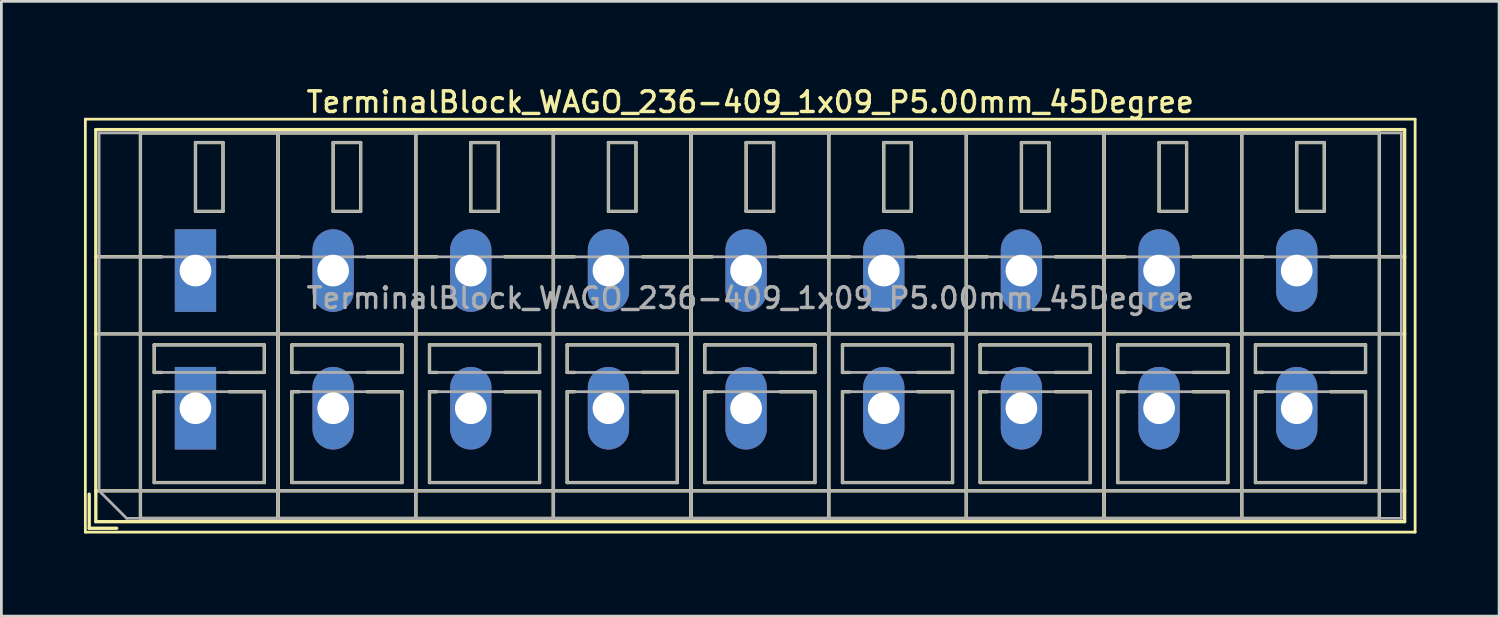
<source format=kicad_pcb>
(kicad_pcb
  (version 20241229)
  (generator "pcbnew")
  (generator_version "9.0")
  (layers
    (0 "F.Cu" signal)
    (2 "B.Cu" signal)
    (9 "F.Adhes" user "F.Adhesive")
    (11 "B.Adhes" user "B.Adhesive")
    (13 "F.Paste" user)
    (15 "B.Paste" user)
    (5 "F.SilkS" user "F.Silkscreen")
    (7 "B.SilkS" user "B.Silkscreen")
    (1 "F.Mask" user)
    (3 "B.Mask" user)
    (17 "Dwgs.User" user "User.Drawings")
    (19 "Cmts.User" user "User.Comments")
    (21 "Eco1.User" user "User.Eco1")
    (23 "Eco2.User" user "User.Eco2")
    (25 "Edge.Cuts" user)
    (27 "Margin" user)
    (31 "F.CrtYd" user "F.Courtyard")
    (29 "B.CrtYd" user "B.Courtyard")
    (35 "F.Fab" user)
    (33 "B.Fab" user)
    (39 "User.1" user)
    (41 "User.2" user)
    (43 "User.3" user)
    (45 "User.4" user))
  (footprint "TerminalBlock_WAGO_236-409_1x09_P5.00mm_45Degree"
    (layer "F.Cu")
    (at 4.05 6.778)
    (property "Reference" "TerminalBlock_WAGO_236-409_1x09_P5.00mm_45Degree" (at 20.15 -6.12 0) (layer "F.SilkS") (effects (font (size 0.75 0.75) (thickness 0.125))))
    (attr through_hole)
    (fp_line (start -4 -5.5) (end -4 9.5) (stroke (width 0.1) (type solid)) (layer "F.SilkS"))
    (fp_line (start -4 9.5) (end 44.3 9.5) (stroke (width 0.1) (type solid)) (layer "F.SilkS"))
    (fp_line (start -3.86 8.12) (end -3.86 9.36) (stroke (width 0.12) (type solid)) (layer "F.SilkS"))
    (fp_line (start -3.86 9.36) (end -2.86 9.36) (stroke (width 0.12) (type solid)) (layer "F.SilkS"))
    (fp_line (start -3.62 -5.12) (end -3.62 9.12) (stroke (width 0.12) (type solid)) (layer "F.SilkS"))
    (fp_line (start -3.62 -5.12) (end 43.92 -5.12) (stroke (width 0.12) (type solid)) (layer "F.SilkS"))
    (fp_line (start -3.62 -0.5) (end -1.23 -0.5) (stroke (width 0.12) (type solid)) (layer "F.SilkS"))
    (fp_line (start -3.62 2.3) (end 43.92 2.3) (stroke (width 0.12) (type solid)) (layer "F.SilkS"))
    (fp_line (start -3.62 8) (end 43.92 8) (stroke (width 0.12) (type solid)) (layer "F.SilkS"))
    (fp_line (start -3.62 9.12) (end 43.92 9.12) (stroke (width 0.12) (type solid)) (layer "F.SilkS"))
    (fp_line (start -2 -5) (end -2 9) (stroke (width 0.12) (type solid)) (layer "F.SilkS"))
    (fp_line (start -2 -5) (end 3 -5) (stroke (width 0.12) (type solid)) (layer "F.SilkS"))
    (fp_line (start -2 9) (end 3 9) (stroke (width 0.12) (type solid)) (layer "F.SilkS"))
    (fp_line (start -1.5 2.7) (end -1.5 3.7) (stroke (width 0.12) (type solid)) (layer "F.SilkS"))
    (fp_line (start -1.5 2.7) (end 2.5 2.7) (stroke (width 0.12) (type solid)) (layer "F.SilkS"))
    (fp_line (start -1.5 3.7) (end -1.23 3.7) (stroke (width 0.12) (type solid)) (layer "F.SilkS"))
    (fp_line (start -1.5 4.4) (end -1.5 7.7) (stroke (width 0.12) (type solid)) (layer "F.SilkS"))
    (fp_line (start -1.5 4.4) (end -1.23 4.4) (stroke (width 0.12) (type solid)) (layer "F.SilkS"))
    (fp_line (start -1.5 7.7) (end 2.5 7.7) (stroke (width 0.12) (type solid)) (layer "F.SilkS"))
    (fp_line (start 0 -4.65) (end 0 -2.151) (stroke (width 0.12) (type solid)) (layer "F.SilkS"))
    (fp_line (start 0 -4.65) (end 1 -4.65) (stroke (width 0.12) (type solid)) (layer "F.SilkS"))
    (fp_line (start 0 -2.151) (end 1 -2.151) (stroke (width 0.12) (type solid)) (layer "F.SilkS"))
    (fp_line (start 1 -4.65) (end 1 -2.151) (stroke (width 0.12) (type solid)) (layer "F.SilkS"))
    (fp_line (start 1.23 -0.5) (end 3.77 -0.5) (stroke (width 0.12) (type solid)) (layer "F.SilkS"))
    (fp_line (start 1.23 3.7) (end 2.5 3.7) (stroke (width 0.12) (type solid)) (layer "F.SilkS"))
    (fp_line (start 1.23 4.4) (end 2.5 4.4) (stroke (width 0.12) (type solid)) (layer "F.SilkS"))
    (fp_line (start 2.5 2.7) (end 2.5 3.7) (stroke (width 0.12) (type solid)) (layer "F.SilkS"))
    (fp_line (start 2.5 4.4) (end 2.5 7.7) (stroke (width 0.12) (type solid)) (layer "F.SilkS"))
    (fp_line (start 3 -5) (end 3 9) (stroke (width 0.12) (type solid)) (layer "F.SilkS"))
    (fp_line (start 3 -5) (end 3 9) (stroke (width 0.12) (type solid)) (layer "F.SilkS"))
    (fp_line (start 3 -5) (end 8 -5) (stroke (width 0.12) (type solid)) (layer "F.SilkS"))
    (fp_line (start 3 9) (end 8 9) (stroke (width 0.12) (type solid)) (layer "F.SilkS"))
    (fp_line (start 3.5 2.7) (end 3.5 3.7) (stroke (width 0.12) (type solid)) (layer "F.SilkS"))
    (fp_line (start 3.5 2.7) (end 7.5 2.7) (stroke (width 0.12) (type solid)) (layer "F.SilkS"))
    (fp_line (start 3.5 3.7) (end 3.77 3.7) (stroke (width 0.12) (type solid)) (layer "F.SilkS"))
    (fp_line (start 3.5 4.4) (end 3.5 7.7) (stroke (width 0.12) (type solid)) (layer "F.SilkS"))
    (fp_line (start 3.5 4.4) (end 3.77 4.4) (stroke (width 0.12) (type solid)) (layer "F.SilkS"))
    (fp_line (start 3.5 7.7) (end 7.5 7.7) (stroke (width 0.12) (type solid)) (layer "F.SilkS"))
    (fp_line (start 5 -4.65) (end 5 -2.151) (stroke (width 0.12) (type solid)) (layer "F.SilkS"))
    (fp_line (start 5 -4.65) (end 6 -4.65) (stroke (width 0.12) (type solid)) (layer "F.SilkS"))
    (fp_line (start 5 -2.151) (end 6 -2.151) (stroke (width 0.12) (type solid)) (layer "F.SilkS"))
    (fp_line (start 6 -4.65) (end 6 -2.151) (stroke (width 0.12) (type solid)) (layer "F.SilkS"))
    (fp_line (start 6.23 -0.5) (end 8.77 -0.5) (stroke (width 0.12) (type solid)) (layer "F.SilkS"))
    (fp_line (start 6.23 3.7) (end 7.5 3.7) (stroke (width 0.12) (type solid)) (layer "F.SilkS"))
    (fp_line (start 6.23 4.4) (end 7.5 4.4) (stroke (width 0.12) (type solid)) (layer "F.SilkS"))
    (fp_line (start 7.5 2.7) (end 7.5 3.7) (stroke (width 0.12) (type solid)) (layer "F.SilkS"))
    (fp_line (start 7.5 4.4) (end 7.5 7.7) (stroke (width 0.12) (type solid)) (layer "F.SilkS"))
    (fp_line (start 8 -5) (end 8 9) (stroke (width 0.12) (type solid)) (layer "F.SilkS"))
    (fp_line (start 8 -5) (end 8 9) (stroke (width 0.12) (type solid)) (layer "F.SilkS"))
    (fp_line (start 8 -5) (end 13 -5) (stroke (width 0.12) (type solid)) (layer "F.SilkS"))
    (fp_line (start 8 9) (end 13 9) (stroke (width 0.12) (type solid)) (layer "F.SilkS"))
    (fp_line (start 8.5 2.7) (end 8.5 3.7) (stroke (width 0.12) (type solid)) (layer "F.SilkS"))
    (fp_line (start 8.5 2.7) (end 12.5 2.7) (stroke (width 0.12) (type solid)) (layer "F.SilkS"))
    (fp_line (start 8.5 3.7) (end 8.77 3.7) (stroke (width 0.12) (type solid)) (layer "F.SilkS"))
    (fp_line (start 8.5 4.4) (end 8.5 7.7) (stroke (width 0.12) (type solid)) (layer "F.SilkS"))
    (fp_line (start 8.5 4.4) (end 8.77 4.4) (stroke (width 0.12) (type solid)) (layer "F.SilkS"))
    (fp_line (start 8.5 7.7) (end 12.5 7.7) (stroke (width 0.12) (type solid)) (layer "F.SilkS"))
    (fp_line (start 10 -4.65) (end 10 -2.151) (stroke (width 0.12) (type solid)) (layer "F.SilkS"))
    (fp_line (start 10 -4.65) (end 11 -4.65) (stroke (width 0.12) (type solid)) (layer "F.SilkS"))
    (fp_line (start 10 -2.151) (end 11 -2.151) (stroke (width 0.12) (type solid)) (layer "F.SilkS"))
    (fp_line (start 11 -4.65) (end 11 -2.151) (stroke (width 0.12) (type solid)) (layer "F.SilkS"))
    (fp_line (start 11.23 -0.5) (end 13.77 -0.5) (stroke (width 0.12) (type solid)) (layer "F.SilkS"))
    (fp_line (start 11.23 3.7) (end 12.5 3.7) (stroke (width 0.12) (type solid)) (layer "F.SilkS"))
    (fp_line (start 11.23 4.4) (end 12.5 4.4) (stroke (width 0.12) (type solid)) (layer "F.SilkS"))
    (fp_line (start 12.5 2.7) (end 12.5 3.7) (stroke (width 0.12) (type solid)) (layer "F.SilkS"))
    (fp_line (start 12.5 4.4) (end 12.5 7.7) (stroke (width 0.12) (type solid)) (layer "F.SilkS"))
    (fp_line (start 13 -5) (end 13 9) (stroke (width 0.12) (type solid)) (layer "F.SilkS"))
    (fp_line (start 13 -5) (end 13 9) (stroke (width 0.12) (type solid)) (layer "F.SilkS"))
    (fp_line (start 13 -5) (end 18 -5) (stroke (width 0.12) (type solid)) (layer "F.SilkS"))
    (fp_line (start 13 9) (end 18 9) (stroke (width 0.12) (type solid)) (layer "F.SilkS"))
    (fp_line (start 13.5 2.7) (end 13.5 3.7) (stroke (width 0.12) (type solid)) (layer "F.SilkS"))
    (fp_line (start 13.5 2.7) (end 17.5 2.7) (stroke (width 0.12) (type solid)) (layer "F.SilkS"))
    (fp_line (start 13.5 3.7) (end 13.77 3.7) (stroke (width 0.12) (type solid)) (layer "F.SilkS"))
    (fp_line (start 13.5 4.4) (end 13.5 7.7) (stroke (width 0.12) (type solid)) (layer "F.SilkS"))
    (fp_line (start 13.5 4.4) (end 13.77 4.4) (stroke (width 0.12) (type solid)) (layer "F.SilkS"))
    (fp_line (start 13.5 7.7) (end 17.5 7.7) (stroke (width 0.12) (type solid)) (layer "F.SilkS"))
    (fp_line (start 15 -4.65) (end 15 -2.151) (stroke (width 0.12) (type solid)) (layer "F.SilkS"))
    (fp_line (start 15 -4.65) (end 16 -4.65) (stroke (width 0.12) (type solid)) (layer "F.SilkS"))
    (fp_line (start 15 -2.151) (end 16 -2.151) (stroke (width 0.12) (type solid)) (layer "F.SilkS"))
    (fp_line (start 16 -4.65) (end 16 -2.151) (stroke (width 0.12) (type solid)) (layer "F.SilkS"))
    (fp_line (start 16.23 -0.5) (end 18.77 -0.5) (stroke (width 0.12) (type solid)) (layer "F.SilkS"))
    (fp_line (start 16.23 3.7) (end 17.5 3.7) (stroke (width 0.12) (type solid)) (layer "F.SilkS"))
    (fp_line (start 16.23 4.4) (end 17.5 4.4) (stroke (width 0.12) (type solid)) (layer "F.SilkS"))
    (fp_line (start 17.5 2.7) (end 17.5 3.7) (stroke (width 0.12) (type solid)) (layer "F.SilkS"))
    (fp_line (start 17.5 4.4) (end 17.5 7.7) (stroke (width 0.12) (type solid)) (layer "F.SilkS"))
    (fp_line (start 18 -5) (end 18 9) (stroke (width 0.12) (type solid)) (layer "F.SilkS"))
    (fp_line (start 18 -5) (end 18 9) (stroke (width 0.12) (type solid)) (layer "F.SilkS"))
    (fp_line (start 18 -5) (end 23 -5) (stroke (width 0.12) (type solid)) (layer "F.SilkS"))
    (fp_line (start 18 9) (end 23 9) (stroke (width 0.12) (type solid)) (layer "F.SilkS"))
    (fp_line (start 18.5 2.7) (end 18.5 3.7) (stroke (width 0.12) (type solid)) (layer "F.SilkS"))
    (fp_line (start 18.5 2.7) (end 22.5 2.7) (stroke (width 0.12) (type solid)) (layer "F.SilkS"))
    (fp_line (start 18.5 3.7) (end 18.77 3.7) (stroke (width 0.12) (type solid)) (layer "F.SilkS"))
    (fp_line (start 18.5 4.4) (end 18.5 7.7) (stroke (width 0.12) (type solid)) (layer "F.SilkS"))
    (fp_line (start 18.5 4.4) (end 18.77 4.4) (stroke (width 0.12) (type solid)) (layer "F.SilkS"))
    (fp_line (start 18.5 7.7) (end 22.5 7.7) (stroke (width 0.12) (type solid)) (layer "F.SilkS"))
    (fp_line (start 20 -4.65) (end 20 -2.151) (stroke (width 0.12) (type solid)) (layer "F.SilkS"))
    (fp_line (start 20 -4.65) (end 21 -4.65) (stroke (width 0.12) (type solid)) (layer "F.SilkS"))
    (fp_line (start 20 -2.151) (end 21 -2.151) (stroke (width 0.12) (type solid)) (layer "F.SilkS"))
    (fp_line (start 21 -4.65) (end 21 -2.151) (stroke (width 0.12) (type solid)) (layer "F.SilkS"))
    (fp_line (start 21.23 -0.5) (end 23.77 -0.5) (stroke (width 0.12) (type solid)) (layer "F.SilkS"))
    (fp_line (start 21.23 3.7) (end 22.5 3.7) (stroke (width 0.12) (type solid)) (layer "F.SilkS"))
    (fp_line (start 21.23 4.4) (end 22.5 4.4) (stroke (width 0.12) (type solid)) (layer "F.SilkS"))
    (fp_line (start 22.5 2.7) (end 22.5 3.7) (stroke (width 0.12) (type solid)) (layer "F.SilkS"))
    (fp_line (start 22.5 4.4) (end 22.5 7.7) (stroke (width 0.12) (type solid)) (layer "F.SilkS"))
    (fp_line (start 23 -5) (end 23 9) (stroke (width 0.12) (type solid)) (layer "F.SilkS"))
    (fp_line (start 23 -5) (end 23 9) (stroke (width 0.12) (type solid)) (layer "F.SilkS"))
    (fp_line (start 23 -5) (end 28 -5) (stroke (width 0.12) (type solid)) (layer "F.SilkS"))
    (fp_line (start 23 9) (end 28 9) (stroke (width 0.12) (type solid)) (layer "F.SilkS"))
    (fp_line (start 23.5 2.7) (end 23.5 3.7) (stroke (width 0.12) (type solid)) (layer "F.SilkS"))
    (fp_line (start 23.5 2.7) (end 27.5 2.7) (stroke (width 0.12) (type solid)) (layer "F.SilkS"))
    (fp_line (start 23.5 3.7) (end 23.77 3.7) (stroke (width 0.12) (type solid)) (layer "F.SilkS"))
    (fp_line (start 23.5 4.4) (end 23.5 7.7) (stroke (width 0.12) (type solid)) (layer "F.SilkS"))
    (fp_line (start 23.5 4.4) (end 23.77 4.4) (stroke (width 0.12) (type solid)) (layer "F.SilkS"))
    (fp_line (start 23.5 7.7) (end 27.5 7.7) (stroke (width 0.12) (type solid)) (layer "F.SilkS"))
    (fp_line (start 25 -4.65) (end 25 -2.151) (stroke (width 0.12) (type solid)) (layer "F.SilkS"))
    (fp_line (start 25 -4.65) (end 26 -4.65) (stroke (width 0.12) (type solid)) (layer "F.SilkS"))
    (fp_line (start 25 -2.151) (end 26 -2.151) (stroke (width 0.12) (type solid)) (layer "F.SilkS"))
    (fp_line (start 26 -4.65) (end 26 -2.151) (stroke (width 0.12) (type solid)) (layer "F.SilkS"))
    (fp_line (start 26.23 -0.5) (end 28.77 -0.5) (stroke (width 0.12) (type solid)) (layer "F.SilkS"))
    (fp_line (start 26.23 3.7) (end 27.5 3.7) (stroke (width 0.12) (type solid)) (layer "F.SilkS"))
    (fp_line (start 26.23 4.4) (end 27.5 4.4) (stroke (width 0.12) (type solid)) (layer "F.SilkS"))
    (fp_line (start 27.5 2.7) (end 27.5 3.7) (stroke (width 0.12) (type solid)) (layer "F.SilkS"))
    (fp_line (start 27.5 4.4) (end 27.5 7.7) (stroke (width 0.12) (type solid)) (layer "F.SilkS"))
    (fp_line (start 28 -5) (end 28 9) (stroke (width 0.12) (type solid)) (layer "F.SilkS"))
    (fp_line (start 28 -5) (end 28 9) (stroke (width 0.12) (type solid)) (layer "F.SilkS"))
    (fp_line (start 28 -5) (end 33 -5) (stroke (width 0.12) (type solid)) (layer "F.SilkS"))
    (fp_line (start 28 9) (end 33 9) (stroke (width 0.12) (type solid)) (layer "F.SilkS"))
    (fp_line (start 28.5 2.7) (end 28.5 3.7) (stroke (width 0.12) (type solid)) (layer "F.SilkS"))
    (fp_line (start 28.5 2.7) (end 32.5 2.7) (stroke (width 0.12) (type solid)) (layer "F.SilkS"))
    (fp_line (start 28.5 3.7) (end 28.77 3.7) (stroke (width 0.12) (type solid)) (layer "F.SilkS"))
    (fp_line (start 28.5 4.4) (end 28.5 7.7) (stroke (width 0.12) (type solid)) (layer "F.SilkS"))
    (fp_line (start 28.5 4.4) (end 28.77 4.4) (stroke (width 0.12) (type solid)) (layer "F.SilkS"))
    (fp_line (start 28.5 7.7) (end 32.5 7.7) (stroke (width 0.12) (type solid)) (layer "F.SilkS"))
    (fp_line (start 30 -4.65) (end 30 -2.151) (stroke (width 0.12) (type solid)) (layer "F.SilkS"))
    (fp_line (start 30 -4.65) (end 31 -4.65) (stroke (width 0.12) (type solid)) (layer "F.SilkS"))
    (fp_line (start 30 -2.151) (end 31 -2.151) (stroke (width 0.12) (type solid)) (layer "F.SilkS"))
    (fp_line (start 31 -4.65) (end 31 -2.151) (stroke (width 0.12) (type solid)) (layer "F.SilkS"))
    (fp_line (start 31.23 -0.5) (end 33.77 -0.5) (stroke (width 0.12) (type solid)) (layer "F.SilkS"))
    (fp_line (start 31.23 3.7) (end 32.5 3.7) (stroke (width 0.12) (type solid)) (layer "F.SilkS"))
    (fp_line (start 31.23 4.4) (end 32.5 4.4) (stroke (width 0.12) (type solid)) (layer "F.SilkS"))
    (fp_line (start 32.5 2.7) (end 32.5 3.7) (stroke (width 0.12) (type solid)) (layer "F.SilkS"))
    (fp_line (start 32.5 4.4) (end 32.5 7.7) (stroke (width 0.12) (type solid)) (layer "F.SilkS"))
    (fp_line (start 33 -5) (end 33 9) (stroke (width 0.12) (type solid)) (layer "F.SilkS"))
    (fp_line (start 33 -5) (end 33 9) (stroke (width 0.12) (type solid)) (layer "F.SilkS"))
    (fp_line (start 33 -5) (end 38 -5) (stroke (width 0.12) (type solid)) (layer "F.SilkS"))
    (fp_line (start 33 9) (end 38 9) (stroke (width 0.12) (type solid)) (layer "F.SilkS"))
    (fp_line (start 33.5 2.7) (end 33.5 3.7) (stroke (width 0.12) (type solid)) (layer "F.SilkS"))
    (fp_line (start 33.5 2.7) (end 37.5 2.7) (stroke (width 0.12) (type solid)) (layer "F.SilkS"))
    (fp_line (start 33.5 3.7) (end 33.77 3.7) (stroke (width 0.12) (type solid)) (layer "F.SilkS"))
    (fp_line (start 33.5 4.4) (end 33.5 7.7) (stroke (width 0.12) (type solid)) (layer "F.SilkS"))
    (fp_line (start 33.5 4.4) (end 33.77 4.4) (stroke (width 0.12) (type solid)) (layer "F.SilkS"))
    (fp_line (start 33.5 7.7) (end 37.5 7.7) (stroke (width 0.12) (type solid)) (layer "F.SilkS"))
    (fp_line (start 35 -4.65) (end 35 -2.151) (stroke (width 0.12) (type solid)) (layer "F.SilkS"))
    (fp_line (start 35 -4.65) (end 36 -4.65) (stroke (width 0.12) (type solid)) (layer "F.SilkS"))
    (fp_line (start 35 -2.151) (end 36 -2.151) (stroke (width 0.12) (type solid)) (layer "F.SilkS"))
    (fp_line (start 36 -4.65) (end 36 -2.151) (stroke (width 0.12) (type solid)) (layer "F.SilkS"))
    (fp_line (start 36.23 -0.5) (end 38.77 -0.5) (stroke (width 0.12) (type solid)) (layer "F.SilkS"))
    (fp_line (start 36.23 3.7) (end 37.5 3.7) (stroke (width 0.12) (type solid)) (layer "F.SilkS"))
    (fp_line (start 36.23 4.4) (end 37.5 4.4) (stroke (width 0.12) (type solid)) (layer "F.SilkS"))
    (fp_line (start 37.5 2.7) (end 37.5 3.7) (stroke (width 0.12) (type solid)) (layer "F.SilkS"))
    (fp_line (start 37.5 4.4) (end 37.5 7.7) (stroke (width 0.12) (type solid)) (layer "F.SilkS"))
    (fp_line (start 38 -5) (end 38 9) (stroke (width 0.12) (type solid)) (layer "F.SilkS"))
    (fp_line (start 38 -5) (end 38 9) (stroke (width 0.12) (type solid)) (layer "F.SilkS"))
    (fp_line (start 38 -5) (end 43 -5) (stroke (width 0.12) (type solid)) (layer "F.SilkS"))
    (fp_line (start 38 9) (end 43 9) (stroke (width 0.12) (type solid)) (layer "F.SilkS"))
    (fp_line (start 38.5 2.7) (end 38.5 3.7) (stroke (width 0.12) (type solid)) (layer "F.SilkS"))
    (fp_line (start 38.5 2.7) (end 42.5 2.7) (stroke (width 0.12) (type solid)) (layer "F.SilkS"))
    (fp_line (start 38.5 3.7) (end 38.77 3.7) (stroke (width 0.12) (type solid)) (layer "F.SilkS"))
    (fp_line (start 38.5 4.4) (end 38.5 7.7) (stroke (width 0.12) (type solid)) (layer "F.SilkS"))
    (fp_line (start 38.5 4.4) (end 38.77 4.4) (stroke (width 0.12) (type solid)) (layer "F.SilkS"))
    (fp_line (start 38.5 7.7) (end 42.5 7.7) (stroke (width 0.12) (type solid)) (layer "F.SilkS"))
    (fp_line (start 40 -4.65) (end 40 -2.151) (stroke (width 0.12) (type solid)) (layer "F.SilkS"))
    (fp_line (start 40 -4.65) (end 41 -4.65) (stroke (width 0.12) (type solid)) (layer "F.SilkS"))
    (fp_line (start 40 -2.151) (end 41 -2.151) (stroke (width 0.12) (type solid)) (layer "F.SilkS"))
    (fp_line (start 41 -4.65) (end 41 -2.151) (stroke (width 0.12) (type solid)) (layer "F.SilkS"))
    (fp_line (start 41.23 -0.5) (end 43.92 -0.5) (stroke (width 0.12) (type solid)) (layer "F.SilkS"))
    (fp_line (start 41.23 3.7) (end 42.5 3.7) (stroke (width 0.12) (type solid)) (layer "F.SilkS"))
    (fp_line (start 41.23 4.4) (end 42.5 4.4) (stroke (width 0.12) (type solid)) (layer "F.SilkS"))
    (fp_line (start 42.5 2.7) (end 42.5 3.7) (stroke (width 0.12) (type solid)) (layer "F.SilkS"))
    (fp_line (start 42.5 4.4) (end 42.5 7.7) (stroke (width 0.12) (type solid)) (layer "F.SilkS"))
    (fp_line (start 43 -5) (end 43 9) (stroke (width 0.12) (type solid)) (layer "F.SilkS"))
    (fp_line (start 43.92 -5.12) (end 43.92 9.12) (stroke (width 0.12) (type solid)) (layer "F.SilkS"))
    (fp_line (start 44.3 -5.5) (end -4 -5.5) (stroke (width 0.1) (type solid)) (layer "F.SilkS"))
    (fp_line (start 44.3 9.5) (end 44.3 -5.5) (stroke (width 0.1) (type solid)) (layer "F.SilkS"))
    (fp_line (start -3.5 -5) (end 43.8 -5) (stroke (width 0.1) (type solid)) (layer "F.Fab"))
    (fp_line (start -3.5 -0.5) (end 43.8 -0.5) (stroke (width 0.1) (type solid)) (layer "F.Fab"))
    (fp_line (start -3.5 2.3) (end 43.8 2.3) (stroke (width 0.1) (type solid)) (layer "F.Fab"))
    (fp_line (start -3.5 8) (end -3.5 -5) (stroke (width 0.1) (type solid)) (layer "F.Fab"))
    (fp_line (start -3.5 8) (end 43.8 8) (stroke (width 0.1) (type solid)) (layer "F.Fab"))
    (fp_line (start -2.5 9) (end -3.5 8) (stroke (width 0.1) (type solid)) (layer "F.Fab"))
    (fp_line (start -2 -5) (end -2 9) (stroke (width 0.1) (type solid)) (layer "F.Fab"))
    (fp_line (start -2 9) (end 3 9) (stroke (width 0.1) (type solid)) (layer "F.Fab"))
    (fp_line (start -1.5 2.7) (end -1.5 3.7) (stroke (width 0.1) (type solid)) (layer "F.Fab"))
    (fp_line (start -1.5 3.7) (end 2.5 3.7) (stroke (width 0.1) (type solid)) (layer "F.Fab"))
    (fp_line (start -1.5 4.4) (end -1.5 7.7) (stroke (width 0.1) (type solid)) (layer "F.Fab"))
    (fp_line (start -1.5 7.7) (end 2.5 7.7) (stroke (width 0.1) (type solid)) (layer "F.Fab"))
    (fp_line (start 0 -4.65) (end 0 -2.15) (stroke (width 0.1) (type solid)) (layer "F.Fab"))
    (fp_line (start 0 -2.15) (end 1 -2.15) (stroke (width 0.1) (type solid)) (layer "F.Fab"))
    (fp_line (start 1 -4.65) (end 0 -4.65) (stroke (width 0.1) (type solid)) (layer "F.Fab"))
    (fp_line (start 1 -2.15) (end 1 -4.65) (stroke (width 0.1) (type solid)) (layer "F.Fab"))
    (fp_line (start 2.5 2.7) (end -1.5 2.7) (stroke (width 0.1) (type solid)) (layer "F.Fab"))
    (fp_line (start 2.5 3.7) (end 2.5 2.7) (stroke (width 0.1) (type solid)) (layer "F.Fab"))
    (fp_line (start 2.5 4.4) (end -1.5 4.4) (stroke (width 0.1) (type solid)) (layer "F.Fab"))
    (fp_line (start 2.5 7.7) (end 2.5 4.4) (stroke (width 0.1) (type solid)) (layer "F.Fab"))
    (fp_line (start 3 -5) (end -2 -5) (stroke (width 0.1) (type solid)) (layer "F.Fab"))
    (fp_line (start 3 -5) (end 3 9) (stroke (width 0.1) (type solid)) (layer "F.Fab"))
    (fp_line (start 3 9) (end 3 -5) (stroke (width 0.1) (type solid)) (layer "F.Fab"))
    (fp_line (start 3 9) (end 8 9) (stroke (width 0.1) (type solid)) (layer "F.Fab"))
    (fp_line (start 3.5 2.7) (end 3.5 3.7) (stroke (width 0.1) (type solid)) (layer "F.Fab"))
    (fp_line (start 3.5 3.7) (end 7.5 3.7) (stroke (width 0.1) (type solid)) (layer "F.Fab"))
    (fp_line (start 3.5 4.4) (end 3.5 7.7) (stroke (width 0.1) (type solid)) (layer "F.Fab"))
    (fp_line (start 3.5 7.7) (end 7.5 7.7) (stroke (width 0.1) (type solid)) (layer "F.Fab"))
    (fp_line (start 5 -4.65) (end 5 -2.15) (stroke (width 0.1) (type solid)) (layer "F.Fab"))
    (fp_line (start 5 -2.15) (end 6 -2.15) (stroke (width 0.1) (type solid)) (layer "F.Fab"))
    (fp_line (start 6 -4.65) (end 5 -4.65) (stroke (width 0.1) (type solid)) (layer "F.Fab"))
    (fp_line (start 6 -2.15) (end 6 -4.65) (stroke (width 0.1) (type solid)) (layer "F.Fab"))
    (fp_line (start 7.5 2.7) (end 3.5 2.7) (stroke (width 0.1) (type solid)) (layer "F.Fab"))
    (fp_line (start 7.5 3.7) (end 7.5 2.7) (stroke (width 0.1) (type solid)) (layer "F.Fab"))
    (fp_line (start 7.5 4.4) (end 3.5 4.4) (stroke (width 0.1) (type solid)) (layer "F.Fab"))
    (fp_line (start 7.5 7.7) (end 7.5 4.4) (stroke (width 0.1) (type solid)) (layer "F.Fab"))
    (fp_line (start 8 -5) (end 3 -5) (stroke (width 0.1) (type solid)) (layer "F.Fab"))
    (fp_line (start 8 -5) (end 8 9) (stroke (width 0.1) (type solid)) (layer "F.Fab"))
    (fp_line (start 8 9) (end 8 -5) (stroke (width 0.1) (type solid)) (layer "F.Fab"))
    (fp_line (start 8 9) (end 13 9) (stroke (width 0.1) (type solid)) (layer "F.Fab"))
    (fp_line (start 8.5 2.7) (end 8.5 3.7) (stroke (width 0.1) (type solid)) (layer "F.Fab"))
    (fp_line (start 8.5 3.7) (end 12.5 3.7) (stroke (width 0.1) (type solid)) (layer "F.Fab"))
    (fp_line (start 8.5 4.4) (end 8.5 7.7) (stroke (width 0.1) (type solid)) (layer "F.Fab"))
    (fp_line (start 8.5 7.7) (end 12.5 7.7) (stroke (width 0.1) (type solid)) (layer "F.Fab"))
    (fp_line (start 10 -4.65) (end 10 -2.15) (stroke (width 0.1) (type solid)) (layer "F.Fab"))
    (fp_line (start 10 -2.15) (end 11 -2.15) (stroke (width 0.1) (type solid)) (layer "F.Fab"))
    (fp_line (start 11 -4.65) (end 10 -4.65) (stroke (width 0.1) (type solid)) (layer "F.Fab"))
    (fp_line (start 11 -2.15) (end 11 -4.65) (stroke (width 0.1) (type solid)) (layer "F.Fab"))
    (fp_line (start 12.5 2.7) (end 8.5 2.7) (stroke (width 0.1) (type solid)) (layer "F.Fab"))
    (fp_line (start 12.5 3.7) (end 12.5 2.7) (stroke (width 0.1) (type solid)) (layer "F.Fab"))
    (fp_line (start 12.5 4.4) (end 8.5 4.4) (stroke (width 0.1) (type solid)) (layer "F.Fab"))
    (fp_line (start 12.5 7.7) (end 12.5 4.4) (stroke (width 0.1) (type solid)) (layer "F.Fab"))
    (fp_line (start 13 -5) (end 8 -5) (stroke (width 0.1) (type solid)) (layer "F.Fab"))
    (fp_line (start 13 -5) (end 13 9) (stroke (width 0.1) (type solid)) (layer "F.Fab"))
    (fp_line (start 13 9) (end 13 -5) (stroke (width 0.1) (type solid)) (layer "F.Fab"))
    (fp_line (start 13 9) (end 18 9) (stroke (width 0.1) (type solid)) (layer "F.Fab"))
    (fp_line (start 13.5 2.7) (end 13.5 3.7) (stroke (width 0.1) (type solid)) (layer "F.Fab"))
    (fp_line (start 13.5 3.7) (end 17.5 3.7) (stroke (width 0.1) (type solid)) (layer "F.Fab"))
    (fp_line (start 13.5 4.4) (end 13.5 7.7) (stroke (width 0.1) (type solid)) (layer "F.Fab"))
    (fp_line (start 13.5 7.7) (end 17.5 7.7) (stroke (width 0.1) (type solid)) (layer "F.Fab"))
    (fp_line (start 15 -4.65) (end 15 -2.15) (stroke (width 0.1) (type solid)) (layer "F.Fab"))
    (fp_line (start 15 -2.15) (end 16 -2.15) (stroke (width 0.1) (type solid)) (layer "F.Fab"))
    (fp_line (start 16 -4.65) (end 15 -4.65) (stroke (width 0.1) (type solid)) (layer "F.Fab"))
    (fp_line (start 16 -2.15) (end 16 -4.65) (stroke (width 0.1) (type solid)) (layer "F.Fab"))
    (fp_line (start 17.5 2.7) (end 13.5 2.7) (stroke (width 0.1) (type solid)) (layer "F.Fab"))
    (fp_line (start 17.5 3.7) (end 17.5 2.7) (stroke (width 0.1) (type solid)) (layer "F.Fab"))
    (fp_line (start 17.5 4.4) (end 13.5 4.4) (stroke (width 0.1) (type solid)) (layer "F.Fab"))
    (fp_line (start 17.5 7.7) (end 17.5 4.4) (stroke (width 0.1) (type solid)) (layer "F.Fab"))
    (fp_line (start 18 -5) (end 13 -5) (stroke (width 0.1) (type solid)) (layer "F.Fab"))
    (fp_line (start 18 -5) (end 18 9) (stroke (width 0.1) (type solid)) (layer "F.Fab"))
    (fp_line (start 18 9) (end 18 -5) (stroke (width 0.1) (type solid)) (layer "F.Fab"))
    (fp_line (start 18 9) (end 23 9) (stroke (width 0.1) (type solid)) (layer "F.Fab"))
    (fp_line (start 18.5 2.7) (end 18.5 3.7) (stroke (width 0.1) (type solid)) (layer "F.Fab"))
    (fp_line (start 18.5 3.7) (end 22.5 3.7) (stroke (width 0.1) (type solid)) (layer "F.Fab"))
    (fp_line (start 18.5 4.4) (end 18.5 7.7) (stroke (width 0.1) (type solid)) (layer "F.Fab"))
    (fp_line (start 18.5 7.7) (end 22.5 7.7) (stroke (width 0.1) (type solid)) (layer "F.Fab"))
    (fp_line (start 20 -4.65) (end 20 -2.15) (stroke (width 0.1) (type solid)) (layer "F.Fab"))
    (fp_line (start 20 -2.15) (end 21 -2.15) (stroke (width 0.1) (type solid)) (layer "F.Fab"))
    (fp_line (start 21 -4.65) (end 20 -4.65) (stroke (width 0.1) (type solid)) (layer "F.Fab"))
    (fp_line (start 21 -2.15) (end 21 -4.65) (stroke (width 0.1) (type solid)) (layer "F.Fab"))
    (fp_line (start 22.5 2.7) (end 18.5 2.7) (stroke (width 0.1) (type solid)) (layer "F.Fab"))
    (fp_line (start 22.5 3.7) (end 22.5 2.7) (stroke (width 0.1) (type solid)) (layer "F.Fab"))
    (fp_line (start 22.5 4.4) (end 18.5 4.4) (stroke (width 0.1) (type solid)) (layer "F.Fab"))
    (fp_line (start 22.5 7.7) (end 22.5 4.4) (stroke (width 0.1) (type solid)) (layer "F.Fab"))
    (fp_line (start 23 -5) (end 18 -5) (stroke (width 0.1) (type solid)) (layer "F.Fab"))
    (fp_line (start 23 -5) (end 23 9) (stroke (width 0.1) (type solid)) (layer "F.Fab"))
    (fp_line (start 23 9) (end 23 -5) (stroke (width 0.1) (type solid)) (layer "F.Fab"))
    (fp_line (start 23 9) (end 28 9) (stroke (width 0.1) (type solid)) (layer "F.Fab"))
    (fp_line (start 23.5 2.7) (end 23.5 3.7) (stroke (width 0.1) (type solid)) (layer "F.Fab"))
    (fp_line (start 23.5 3.7) (end 27.5 3.7) (stroke (width 0.1) (type solid)) (layer "F.Fab"))
    (fp_line (start 23.5 4.4) (end 23.5 7.7) (stroke (width 0.1) (type solid)) (layer "F.Fab"))
    (fp_line (start 23.5 7.7) (end 27.5 7.7) (stroke (width 0.1) (type solid)) (layer "F.Fab"))
    (fp_line (start 25 -4.65) (end 25 -2.15) (stroke (width 0.1) (type solid)) (layer "F.Fab"))
    (fp_line (start 25 -2.15) (end 26 -2.15) (stroke (width 0.1) (type solid)) (layer "F.Fab"))
    (fp_line (start 26 -4.65) (end 25 -4.65) (stroke (width 0.1) (type solid)) (layer "F.Fab"))
    (fp_line (start 26 -2.15) (end 26 -4.65) (stroke (width 0.1) (type solid)) (layer "F.Fab"))
    (fp_line (start 27.5 2.7) (end 23.5 2.7) (stroke (width 0.1) (type solid)) (layer "F.Fab"))
    (fp_line (start 27.5 3.7) (end 27.5 2.7) (stroke (width 0.1) (type solid)) (layer "F.Fab"))
    (fp_line (start 27.5 4.4) (end 23.5 4.4) (stroke (width 0.1) (type solid)) (layer "F.Fab"))
    (fp_line (start 27.5 7.7) (end 27.5 4.4) (stroke (width 0.1) (type solid)) (layer "F.Fab"))
    (fp_line (start 28 -5) (end 23 -5) (stroke (width 0.1) (type solid)) (layer "F.Fab"))
    (fp_line (start 28 -5) (end 28 9) (stroke (width 0.1) (type solid)) (layer "F.Fab"))
    (fp_line (start 28 9) (end 28 -5) (stroke (width 0.1) (type solid)) (layer "F.Fab"))
    (fp_line (start 28 9) (end 33 9) (stroke (width 0.1) (type solid)) (layer "F.Fab"))
    (fp_line (start 28.5 2.7) (end 28.5 3.7) (stroke (width 0.1) (type solid)) (layer "F.Fab"))
    (fp_line (start 28.5 3.7) (end 32.5 3.7) (stroke (width 0.1) (type solid)) (layer "F.Fab"))
    (fp_line (start 28.5 4.4) (end 28.5 7.7) (stroke (width 0.1) (type solid)) (layer "F.Fab"))
    (fp_line (start 28.5 7.7) (end 32.5 7.7) (stroke (width 0.1) (type solid)) (layer "F.Fab"))
    (fp_line (start 30 -4.65) (end 30 -2.15) (stroke (width 0.1) (type solid)) (layer "F.Fab"))
    (fp_line (start 30 -2.15) (end 31 -2.15) (stroke (width 0.1) (type solid)) (layer "F.Fab"))
    (fp_line (start 31 -4.65) (end 30 -4.65) (stroke (width 0.1) (type solid)) (layer "F.Fab"))
    (fp_line (start 31 -2.15) (end 31 -4.65) (stroke (width 0.1) (type solid)) (layer "F.Fab"))
    (fp_line (start 32.5 2.7) (end 28.5 2.7) (stroke (width 0.1) (type solid)) (layer "F.Fab"))
    (fp_line (start 32.5 3.7) (end 32.5 2.7) (stroke (width 0.1) (type solid)) (layer "F.Fab"))
    (fp_line (start 32.5 4.4) (end 28.5 4.4) (stroke (width 0.1) (type solid)) (layer "F.Fab"))
    (fp_line (start 32.5 7.7) (end 32.5 4.4) (stroke (width 0.1) (type solid)) (layer "F.Fab"))
    (fp_line (start 33 -5) (end 28 -5) (stroke (width 0.1) (type solid)) (layer "F.Fab"))
    (fp_line (start 33 -5) (end 33 9) (stroke (width 0.1) (type solid)) (layer "F.Fab"))
    (fp_line (start 33 9) (end 33 -5) (stroke (width 0.1) (type solid)) (layer "F.Fab"))
    (fp_line (start 33 9) (end 38 9) (stroke (width 0.1) (type solid)) (layer "F.Fab"))
    (fp_line (start 33.5 2.7) (end 33.5 3.7) (stroke (width 0.1) (type solid)) (layer "F.Fab"))
    (fp_line (start 33.5 3.7) (end 37.5 3.7) (stroke (width 0.1) (type solid)) (layer "F.Fab"))
    (fp_line (start 33.5 4.4) (end 33.5 7.7) (stroke (width 0.1) (type solid)) (layer "F.Fab"))
    (fp_line (start 33.5 7.7) (end 37.5 7.7) (stroke (width 0.1) (type solid)) (layer "F.Fab"))
    (fp_line (start 35 -4.65) (end 35 -2.15) (stroke (width 0.1) (type solid)) (layer "F.Fab"))
    (fp_line (start 35 -2.15) (end 36 -2.15) (stroke (width 0.1) (type solid)) (layer "F.Fab"))
    (fp_line (start 36 -4.65) (end 35 -4.65) (stroke (width 0.1) (type solid)) (layer "F.Fab"))
    (fp_line (start 36 -2.15) (end 36 -4.65) (stroke (width 0.1) (type solid)) (layer "F.Fab"))
    (fp_line (start 37.5 2.7) (end 33.5 2.7) (stroke (width 0.1) (type solid)) (layer "F.Fab"))
    (fp_line (start 37.5 3.7) (end 37.5 2.7) (stroke (width 0.1) (type solid)) (layer "F.Fab"))
    (fp_line (start 37.5 4.4) (end 33.5 4.4) (stroke (width 0.1) (type solid)) (layer "F.Fab"))
    (fp_line (start 37.5 7.7) (end 37.5 4.4) (stroke (width 0.1) (type solid)) (layer "F.Fab"))
    (fp_line (start 38 -5) (end 33 -5) (stroke (width 0.1) (type solid)) (layer "F.Fab"))
    (fp_line (start 38 -5) (end 38 9) (stroke (width 0.1) (type solid)) (layer "F.Fab"))
    (fp_line (start 38 9) (end 38 -5) (stroke (width 0.1) (type solid)) (layer "F.Fab"))
    (fp_line (start 38 9) (end 43 9) (stroke (width 0.1) (type solid)) (layer "F.Fab"))
    (fp_line (start 38.5 2.7) (end 38.5 3.7) (stroke (width 0.1) (type solid)) (layer "F.Fab"))
    (fp_line (start 38.5 3.7) (end 42.5 3.7) (stroke (width 0.1) (type solid)) (layer "F.Fab"))
    (fp_line (start 38.5 4.4) (end 38.5 7.7) (stroke (width 0.1) (type solid)) (layer "F.Fab"))
    (fp_line (start 38.5 7.7) (end 42.5 7.7) (stroke (width 0.1) (type solid)) (layer "F.Fab"))
    (fp_line (start 40 -4.65) (end 40 -2.15) (stroke (width 0.1) (type solid)) (layer "F.Fab"))
    (fp_line (start 40 -2.15) (end 41 -2.15) (stroke (width 0.1) (type solid)) (layer "F.Fab"))
    (fp_line (start 41 -4.65) (end 40 -4.65) (stroke (width 0.1) (type solid)) (layer "F.Fab"))
    (fp_line (start 41 -2.15) (end 41 -4.65) (stroke (width 0.1) (type solid)) (layer "F.Fab"))
    (fp_line (start 42.5 2.7) (end 38.5 2.7) (stroke (width 0.1) (type solid)) (layer "F.Fab"))
    (fp_line (start 42.5 3.7) (end 42.5 2.7) (stroke (width 0.1) (type solid)) (layer "F.Fab"))
    (fp_line (start 42.5 4.4) (end 38.5 4.4) (stroke (width 0.1) (type solid)) (layer "F.Fab"))
    (fp_line (start 42.5 7.7) (end 42.5 4.4) (stroke (width 0.1) (type solid)) (layer "F.Fab"))
    (fp_line (start 43 -5) (end 38 -5) (stroke (width 0.1) (type solid)) (layer "F.Fab"))
    (fp_line (start 43 9) (end 43 -5) (stroke (width 0.1) (type solid)) (layer "F.Fab"))
    (fp_line (start 43.8 -5) (end 43.8 9) (stroke (width 0.1) (type solid)) (layer "F.Fab"))
    (fp_line (start 43.8 9) (end -2.5 9) (stroke (width 0.1) (type solid)) (layer "F.Fab"))
    (fp_text user "${REFERENCE}" (at 20.15 1 0) (layer "F.Fab") (effects (font (size 0.75 0.75) (thickness 0.125))))
    (pad "1" thru_hole rect (at 0 0) (size 1.5 3) (drill 1.15) (layers "*.Cu" "*.Mask"))
    (pad "1" thru_hole rect (at 0 5) (size 1.5 3) (drill 1.15) (layers "*.Cu" "*.Mask"))
    (pad "2" thru_hole oval (at 5 0) (size 1.5 3) (drill 1.15) (layers "*.Cu" "*.Mask"))
    (pad "2" thru_hole oval (at 5 5) (size 1.5 3) (drill 1.15) (layers "*.Cu" "*.Mask"))
    (pad "3" thru_hole oval (at 10 0) (size 1.5 3) (drill 1.15) (layers "*.Cu" "*.Mask"))
    (pad "3" thru_hole oval (at 10 5) (size 1.5 3) (drill 1.15) (layers "*.Cu" "*.Mask"))
    (pad "4" thru_hole oval (at 15 0) (size 1.5 3) (drill 1.15) (layers "*.Cu" "*.Mask"))
    (pad "4" thru_hole oval (at 15 5) (size 1.5 3) (drill 1.15) (layers "*.Cu" "*.Mask"))
    (pad "5" thru_hole oval (at 20 0) (size 1.5 3) (drill 1.15) (layers "*.Cu" "*.Mask"))
    (pad "5" thru_hole oval (at 20 5) (size 1.5 3) (drill 1.15) (layers "*.Cu" "*.Mask"))
    (pad "6" thru_hole oval (at 25 0) (size 1.5 3) (drill 1.15) (layers "*.Cu" "*.Mask"))
    (pad "6" thru_hole oval (at 25 5) (size 1.5 3) (drill 1.15) (layers "*.Cu" "*.Mask"))
    (pad "7" thru_hole oval (at 30 0) (size 1.5 3) (drill 1.15) (layers "*.Cu" "*.Mask"))
    (pad "7" thru_hole oval (at 30 5) (size 1.5 3) (drill 1.15) (layers "*.Cu" "*.Mask"))
    (pad "8" thru_hole oval (at 35 0) (size 1.5 3) (drill 1.15) (layers "*.Cu" "*.Mask"))
    (pad "8" thru_hole oval (at 35 5) (size 1.5 3) (drill 1.15) (layers "*.Cu" "*.Mask"))
    (pad "9" thru_hole oval (at 40 0) (size 1.5 3) (drill 1.15) (layers "*.Cu" "*.Mask"))
    (pad "9" thru_hole oval (at 40 5) (size 1.5 3) (drill 1.15) (layers "*.Cu" "*.Mask")))
  (gr_rect
    (start -3 -3)
    (end 51.4 19.328)
    (stroke (width 0.1) (type default))
    (fill no)
    (layer "Edge.Cuts")))
</source>
